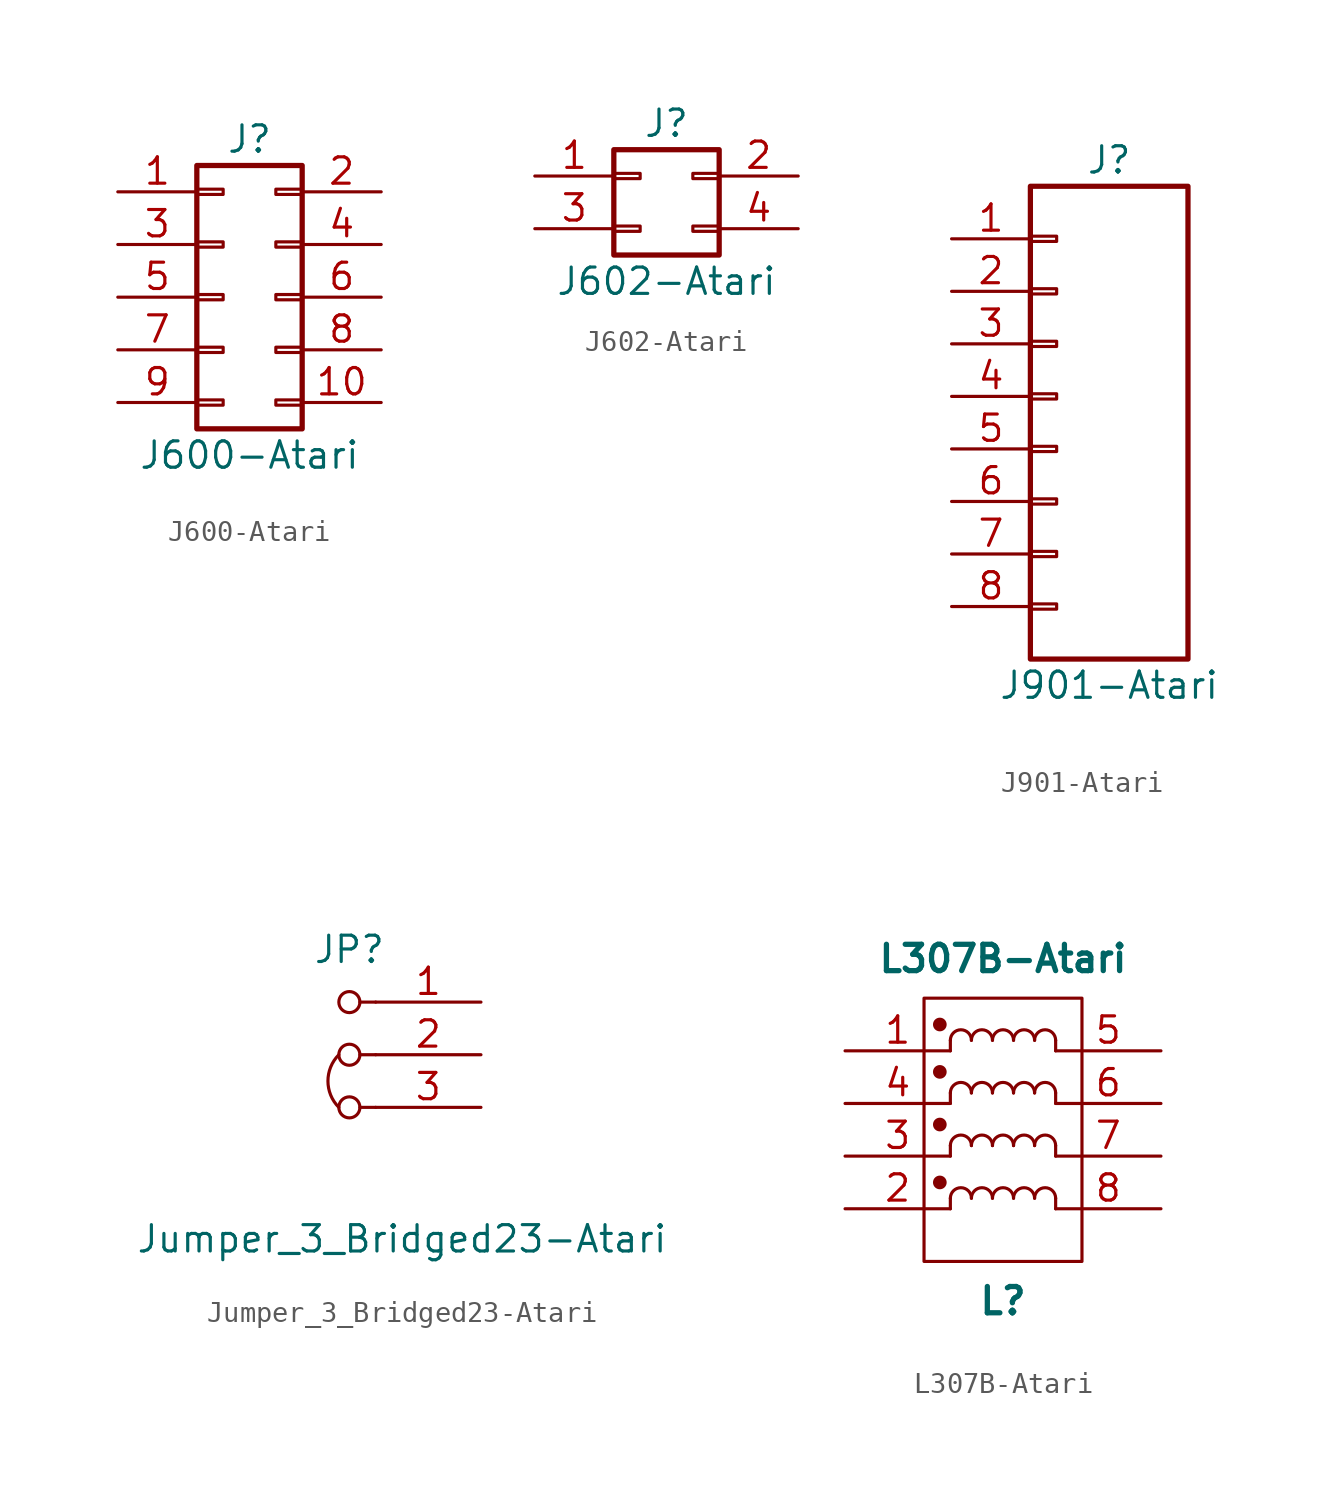
<source format=kicad_sym>
(kicad_symbol_lib
  (version 20231120)
  (generator "kicad_symbol_editor")
  (generator_version "8.0")
  (symbol "J600-Atari"
    (pin_names
      (offset 1.016) hide)
    (property "Reference" "J"
      (at 1.27 7.62 0)
      (effects (font (size 1.27 1.27))))
    (property "Value" "J600-Atari"
      (at 1.27 -7.62 0)
      (effects (font (size 1.27 1.27))))
    (symbol "J600-Atari_1_1"
      (rectangle (start -1.27 -4.953) (end 0 -5.207) (stroke (width 0.152) (type solid)) (fill (type none)))
      (rectangle (start -1.27 -2.413) (end 0 -2.667) (stroke (width 0.152) (type solid)) (fill (type none)))
      (rectangle (start -1.27 0.127) (end 0 -0.127) (stroke (width 0.152) (type solid)) (fill (type none)))
      (rectangle (start -1.27 2.667) (end 0 2.413) (stroke (width 0.152) (type solid)) (fill (type none)))
      (rectangle (start -1.27 5.207) (end 0 4.953) (stroke (width 0.152) (type solid)) (fill (type none)))
      (rectangle (start -1.27 6.35) (end 3.81 -6.35) (stroke (width 0.254) (type solid)) (fill (type none)))
      (rectangle (start 3.81 -4.953) (end 2.54 -5.207) (stroke (width 0.152) (type solid)) (fill (type none)))
      (rectangle (start 3.81 -2.413) (end 2.54 -2.667) (stroke (width 0.152) (type solid)) (fill (type none)))
      (rectangle (start 3.81 0.127) (end 2.54 -0.127) (stroke (width 0.152) (type solid)) (fill (type none)))
      (rectangle (start 3.81 2.667) (end 2.54 2.413) (stroke (width 0.152) (type solid)) (fill (type none)))
      (rectangle (start 3.81 5.207) (end 2.54 4.953) (stroke (width 0.152) (type solid)) (fill (type none)))
      (pin passive line (at -5.08 5.08 0) (length 3.81) (name "Pin_1" (effects (font (size 1.27 1.27)))) (number "1" (effects (font (size 1.27 1.27)))))
      (pin passive line (at 7.62 -5.08 180) (length 3.81) (name "Pin_10" (effects (font (size 1.27 1.27)))) (number "10" (effects (font (size 1.27 1.27)))))
      (pin passive line (at 7.62 5.08 180) (length 3.81) (name "Pin_2" (effects (font (size 1.27 1.27)))) (number "2" (effects (font (size 1.27 1.27)))))
      (pin passive line (at -5.08 2.54 0) (length 3.81) (name "Pin_3" (effects (font (size 1.27 1.27)))) (number "3" (effects (font (size 1.27 1.27)))))
      (pin passive line (at 7.62 2.54 180) (length 3.81) (name "Pin_4" (effects (font (size 1.27 1.27)))) (number "4" (effects (font (size 1.27 1.27)))))
      (pin passive line (at -5.08 0 0) (length 3.81) (name "Pin_5" (effects (font (size 1.27 1.27)))) (number "5" (effects (font (size 1.27 1.27)))))
      (pin passive line (at 7.62 0 180) (length 3.81) (name "Pin_6" (effects (font (size 1.27 1.27)))) (number "6" (effects (font (size 1.27 1.27)))))
      (pin passive line (at -5.08 -2.54 0) (length 3.81) (name "Pin_7" (effects (font (size 1.27 1.27)))) (number "7" (effects (font (size 1.27 1.27)))))
      (pin passive line (at 7.62 -2.54 180) (length 3.81) (name "Pin_8" (effects (font (size 1.27 1.27)))) (number "8" (effects (font (size 1.27 1.27)))))
      (pin passive line (at -5.08 -5.08 0) (length 3.81) (name "Pin_9" (effects (font (size 1.27 1.27)))) (number "9" (effects (font (size 1.27 1.27)))))))
  (symbol "J602-Atari"
    (pin_names
      (offset 1.016) hide)
    (property "Reference" "J"
      (at 1.27 2.54 0)
      (effects (font (size 1.27 1.27))))
    (property "Value" "J602-Atari"
      (at 1.27 -5.08 0)
      (effects (font (size 1.27 1.27))))
    (symbol "J602-Atari_1_1"
      (rectangle (start -1.27 -2.413) (end 0 -2.667) (stroke (width 0.152) (type solid)) (fill (type none)))
      (rectangle (start -1.27 0.127) (end 0 -0.127) (stroke (width 0.152) (type solid)) (fill (type none)))
      (rectangle (start -1.27 1.27) (end 3.81 -3.81) (stroke (width 0.254) (type solid)) (fill (type none)))
      (rectangle (start 3.81 -2.413) (end 2.54 -2.667) (stroke (width 0.152) (type solid)) (fill (type none)))
      (rectangle (start 3.81 0.127) (end 2.54 -0.127) (stroke (width 0.152) (type solid)) (fill (type none)))
      (pin passive line (at -5.08 0 0) (length 3.81) (name "Pin_1" (effects (font (size 1.27 1.27)))) (number "1" (effects (font (size 1.27 1.27)))))
      (pin passive line (at 7.62 0 180) (length 3.81) (name "Pin_2" (effects (font (size 1.27 1.27)))) (number "2" (effects (font (size 1.27 1.27)))))
      (pin passive line (at -5.08 -2.54 0) (length 3.81) (name "Pin_3" (effects (font (size 1.27 1.27)))) (number "3" (effects (font (size 1.27 1.27)))))
      (pin passive line (at 7.62 -2.54 180) (length 3.81) (name "Pin_4" (effects (font (size 1.27 1.27)))) (number "4" (effects (font (size 1.27 1.27)))))))
  (symbol "J901-Atari"
    (pin_names
      (offset 1.016) hide)
    (property "Reference" "J"
      (at 2.54 11.43 0)
      (effects (font (size 1.27 1.27))))
    (property "Value" "J901-Atari"
      (at 2.54 -13.97 0)
      (effects (font (size 1.27 1.27))))
    (symbol "J901-Atari_1_1"
      (rectangle (start -1.27 -10.033) (end 0 -10.287) (stroke (width 0.152) (type solid)) (fill (type none)))
      (rectangle (start -1.27 -7.493) (end 0 -7.747) (stroke (width 0.152) (type solid)) (fill (type none)))
      (rectangle (start -1.27 -4.953) (end 0 -5.207) (stroke (width 0.152) (type solid)) (fill (type none)))
      (rectangle (start -1.27 -2.413) (end 0 -2.667) (stroke (width 0.152) (type solid)) (fill (type none)))
      (rectangle (start -1.27 0.127) (end 0 -0.127) (stroke (width 0.152) (type solid)) (fill (type none)))
      (rectangle (start -1.27 2.667) (end 0 2.413) (stroke (width 0.152) (type solid)) (fill (type none)))
      (rectangle (start -1.27 5.207) (end 0 4.953) (stroke (width 0.152) (type solid)) (fill (type none)))
      (rectangle (start -1.27 7.747) (end 0 7.493) (stroke (width 0.152) (type solid)) (fill (type none)))
      (rectangle (start -1.27 10.16) (end 6.35 -12.7) (stroke (width 0.254) (type solid)) (fill (type none)))
      (pin passive line (at -5.08 7.62 0) (length 3.81) (name "Pin_1" (effects (font (size 1.27 1.27)))) (number "1" (effects (font (size 1.27 1.27)))))
      (pin passive line (at -5.08 5.08 0) (length 3.81) (name "Pin_2" (effects (font (size 1.27 1.27)))) (number "2" (effects (font (size 1.27 1.27)))))
      (pin passive line (at -5.08 2.54 0) (length 3.81) (name "Pin_3" (effects (font (size 1.27 1.27)))) (number "3" (effects (font (size 1.27 1.27)))))
      (pin passive line (at -5.08 0 0) (length 3.81) (name "Pin_4" (effects (font (size 1.27 1.27)))) (number "4" (effects (font (size 1.27 1.27)))))
      (pin passive line (at -5.08 -2.54 0) (length 3.81) (name "Pin_5" (effects (font (size 1.27 1.27)))) (number "5" (effects (font (size 1.27 1.27)))))
      (pin passive line (at -5.08 -5.08 0) (length 3.81) (name "Pin_6" (effects (font (size 1.27 1.27)))) (number "6" (effects (font (size 1.27 1.27)))))
      (pin passive line (at -5.08 -7.62 0) (length 3.81) (name "Pin_7" (effects (font (size 1.27 1.27)))) (number "7" (effects (font (size 1.27 1.27)))))
      (pin passive line (at -5.08 -10.16 0) (length 3.81) (name "Pin_8" (effects (font (size 1.27 1.27)))) (number "8" (effects (font (size 1.27 1.27)))))))
  (symbol "Jumper_3_Bridged23-Atari"
    (pin_names
      (offset 0) hide)
    (property "Reference" "JP"
      (at 0 5.08 0)
      (effects (font (size 1.27 1.27))))
    (property "Value" "Jumper_3_Bridged23-Atari"
      (at 2.54 -8.89 0)
      (effects (font (size 1.27 1.27))))
    (symbol "Jumper_3_Bridged23-Atari_0_0"
      (arc (start -0.508 0) (mid -1.0341 -1.27) (end -0.508 -2.54) (stroke (width 0) (type solid)) (fill (type none)))
      (circle (center 0 -2.54) (radius 0.508) (stroke (width 0) (type solid)) (fill (type none)))
      (circle (center 0 0) (radius 0.508) (stroke (width 0) (type solid)) (fill (type none)))
      (circle (center 0 2.54) (radius 0.508) (stroke (width 0) (type solid)) (fill (type none))))
    (symbol "Jumper_3_Bridged23-Atari_0_1"
      (polyline (pts (xy 1.27 -2.54) (xy 0.508 -2.54)) (stroke (width 0) (type solid)) (fill (type none)))
      (polyline (pts (xy 1.27 0) (xy 0.508 0)) (stroke (width 0) (type solid)) (fill (type none)))
      (polyline (pts (xy 1.27 2.54) (xy 0.508 2.54)) (stroke (width 0) (type solid)) (fill (type none))))
    (symbol "Jumper_3_Bridged23-Atari_1_1"
      (pin passive line (at 6.35 2.54 180) (length 5.08) (name "A" (effects (font (size 1.27 1.27)))) (number "1" (effects (font (size 1.27 1.27)))))
      (pin input line (at 6.35 0 180) (length 5.08) (name "C" (effects (font (size 1.27 1.27)))) (number "2" (effects (font (size 1.27 1.27)))))
      (pin passive line (at 6.35 -2.54 180) (length 5.08) (name "B" (effects (font (size 1.27 1.27)))) (number "3" (effects (font (size 1.27 1.27)))))))
  (symbol "L307B-Atari"
    (pin_names
      (offset 0.254) hide)
    (property "Reference" "L"
      (at 0 -8.255 0)
      (effects (font (size 1.27 1.27) (bold yes))))
    (property "Value" "L307B-Atari"
      (at 0 8.255 0)
      (effects (font (size 1.27 1.27) (bold yes))))
    (symbol "L307B-Atari_0_1"
      (rectangle (start -3.81 6.35) (end 3.81 -6.35) (stroke (width 0) (type solid)) (fill (type none)))
      (circle (center -3.048 -2.54) (radius 0.254) (stroke (width 0) (type solid)) (fill (type outline)))
      (circle (center -3.048 0.254) (radius 0.254) (stroke (width 0) (type solid)) (fill (type outline)))
      (circle (center -3.048 2.794) (radius 0.254) (stroke (width 0) (type solid)) (fill (type outline)))
      (circle (center -3.048 5.08) (radius 0.254) (stroke (width 0) (type solid)) (fill (type outline)))
      (arc (start -1.524 -3.302) (mid -2.032 -2.794) (end -2.54 -3.302) (stroke (width 0) (type solid)) (fill (type none)))
      (arc (start -1.524 -0.762) (mid -2.032 -0.254) (end -2.54 -0.762) (stroke (width 0) (type solid)) (fill (type none)))
      (arc (start -1.524 1.778) (mid -2.032 2.286) (end -2.54 1.778) (stroke (width 0) (type solid)) (fill (type none)))
      (arc (start -1.524 4.318) (mid -2.032 4.826) (end -2.54 4.318) (stroke (width 0) (type solid)) (fill (type none)))
      (arc (start -0.508 -3.302) (mid -1.016 -2.794) (end -1.524 -3.302) (stroke (width 0) (type solid)) (fill (type none)))
      (arc (start -0.508 -0.762) (mid -1.016 -0.254) (end -1.524 -0.762) (stroke (width 0) (type solid)) (fill (type none)))
      (arc (start -0.508 1.778) (mid -1.016 2.286) (end -1.524 1.778) (stroke (width 0) (type solid)) (fill (type none)))
      (arc (start -0.508 4.318) (mid -1.016 4.826) (end -1.524 4.318) (stroke (width 0) (type solid)) (fill (type none)))
      (polyline (pts (xy -2.54 -3.302) (xy -2.54 -3.81)) (stroke (width 0) (type solid)) (fill (type none)))
      (polyline (pts (xy -2.54 -0.762) (xy -2.54 -1.27)) (stroke (width 0) (type solid)) (fill (type none)))
      (polyline (pts (xy -2.54 1.778) (xy -2.54 1.27)) (stroke (width 0) (type solid)) (fill (type none)))
      (polyline (pts (xy -2.54 4.318) (xy -2.54 3.81)) (stroke (width 0) (type solid)) (fill (type none)))
      (polyline (pts (xy 2.54 -3.302) (xy 2.54 -3.81)) (stroke (width 0) (type solid)) (fill (type none)))
      (polyline (pts (xy 2.54 -0.762) (xy 2.54 -1.27)) (stroke (width 0) (type solid)) (fill (type none)))
      (polyline (pts (xy 2.54 1.778) (xy 2.54 1.27)) (stroke (width 0) (type solid)) (fill (type none)))
      (polyline (pts (xy 2.54 4.318) (xy 2.54 3.81)) (stroke (width 0) (type solid)) (fill (type none)))
      (arc (start 0.508 -3.302) (mid 0 -2.794) (end -0.508 -3.302) (stroke (width 0) (type solid)) (fill (type none)))
      (arc (start 0.508 -0.762) (mid 0 -0.254) (end -0.508 -0.762) (stroke (width 0) (type solid)) (fill (type none)))
      (arc (start 0.508 1.778) (mid 0 2.286) (end -0.508 1.778) (stroke (width 0) (type solid)) (fill (type none)))
      (arc (start 0.508 4.318) (mid 0 4.826) (end -0.508 4.318) (stroke (width 0) (type solid)) (fill (type none)))
      (arc (start 1.524 -3.302) (mid 1.016 -2.794) (end 0.508 -3.302) (stroke (width 0) (type solid)) (fill (type none)))
      (arc (start 1.524 -0.762) (mid 1.016 -0.254) (end 0.508 -0.762) (stroke (width 0) (type solid)) (fill (type none)))
      (arc (start 1.524 1.778) (mid 1.016 2.286) (end 0.508 1.778) (stroke (width 0) (type solid)) (fill (type none)))
      (arc (start 1.524 4.318) (mid 1.016 4.826) (end 0.508 4.318) (stroke (width 0) (type solid)) (fill (type none)))
      (arc (start 2.54 -3.302) (mid 2.032 -2.794) (end 1.524 -3.302) (stroke (width 0) (type solid)) (fill (type none)))
      (arc (start 2.54 -0.762) (mid 2.032 -0.254) (end 1.524 -0.762) (stroke (width 0) (type solid)) (fill (type none)))
      (arc (start 2.54 1.778) (mid 2.032 2.286) (end 1.524 1.778) (stroke (width 0) (type solid)) (fill (type none)))
      (arc (start 2.54 4.318) (mid 2.032 4.826) (end 1.524 4.318) (stroke (width 0) (type solid)) (fill (type none))))
    (symbol "L307B-Atari_1_1"
      (pin passive line (at -7.62 3.81 0) (length 5.08) (name "~" (effects (font (size 1.27 1.27)))) (number "1" (effects (font (size 1.27 1.27)))))
      (pin passive line (at -7.62 -3.81 0) (length 5.08) (name "~" (effects (font (size 1.27 1.27)))) (number "2" (effects (font (size 1.27 1.27)))))
      (pin passive line (at -7.62 -1.27 0) (length 5.08) (name "~" (effects (font (size 1.27 1.27)))) (number "3" (effects (font (size 1.27 1.27)))))
      (pin passive line (at -7.62 1.27 0) (length 5.08) (name "~" (effects (font (size 1.27 1.27)))) (number "4" (effects (font (size 1.27 1.27)))))
      (pin passive line (at 7.62 3.81 180) (length 5.08) (name "~" (effects (font (size 1.27 1.27)))) (number "5" (effects (font (size 1.27 1.27)))))
      (pin passive line (at 7.62 1.27 180) (length 5.08) (name "~" (effects (font (size 1.27 1.27)))) (number "6" (effects (font (size 1.27 1.27)))))
      (pin passive line (at 7.62 -1.27 180) (length 5.08) (name "~" (effects (font (size 1.27 1.27)))) (number "7" (effects (font (size 1.27 1.27)))))
      (pin passive line (at 7.62 -3.81 180) (length 5.08) (name "~" (effects (font (size 1.27 1.27)))) (number "8" (effects (font (size 1.27 1.27))))))))
</source>
